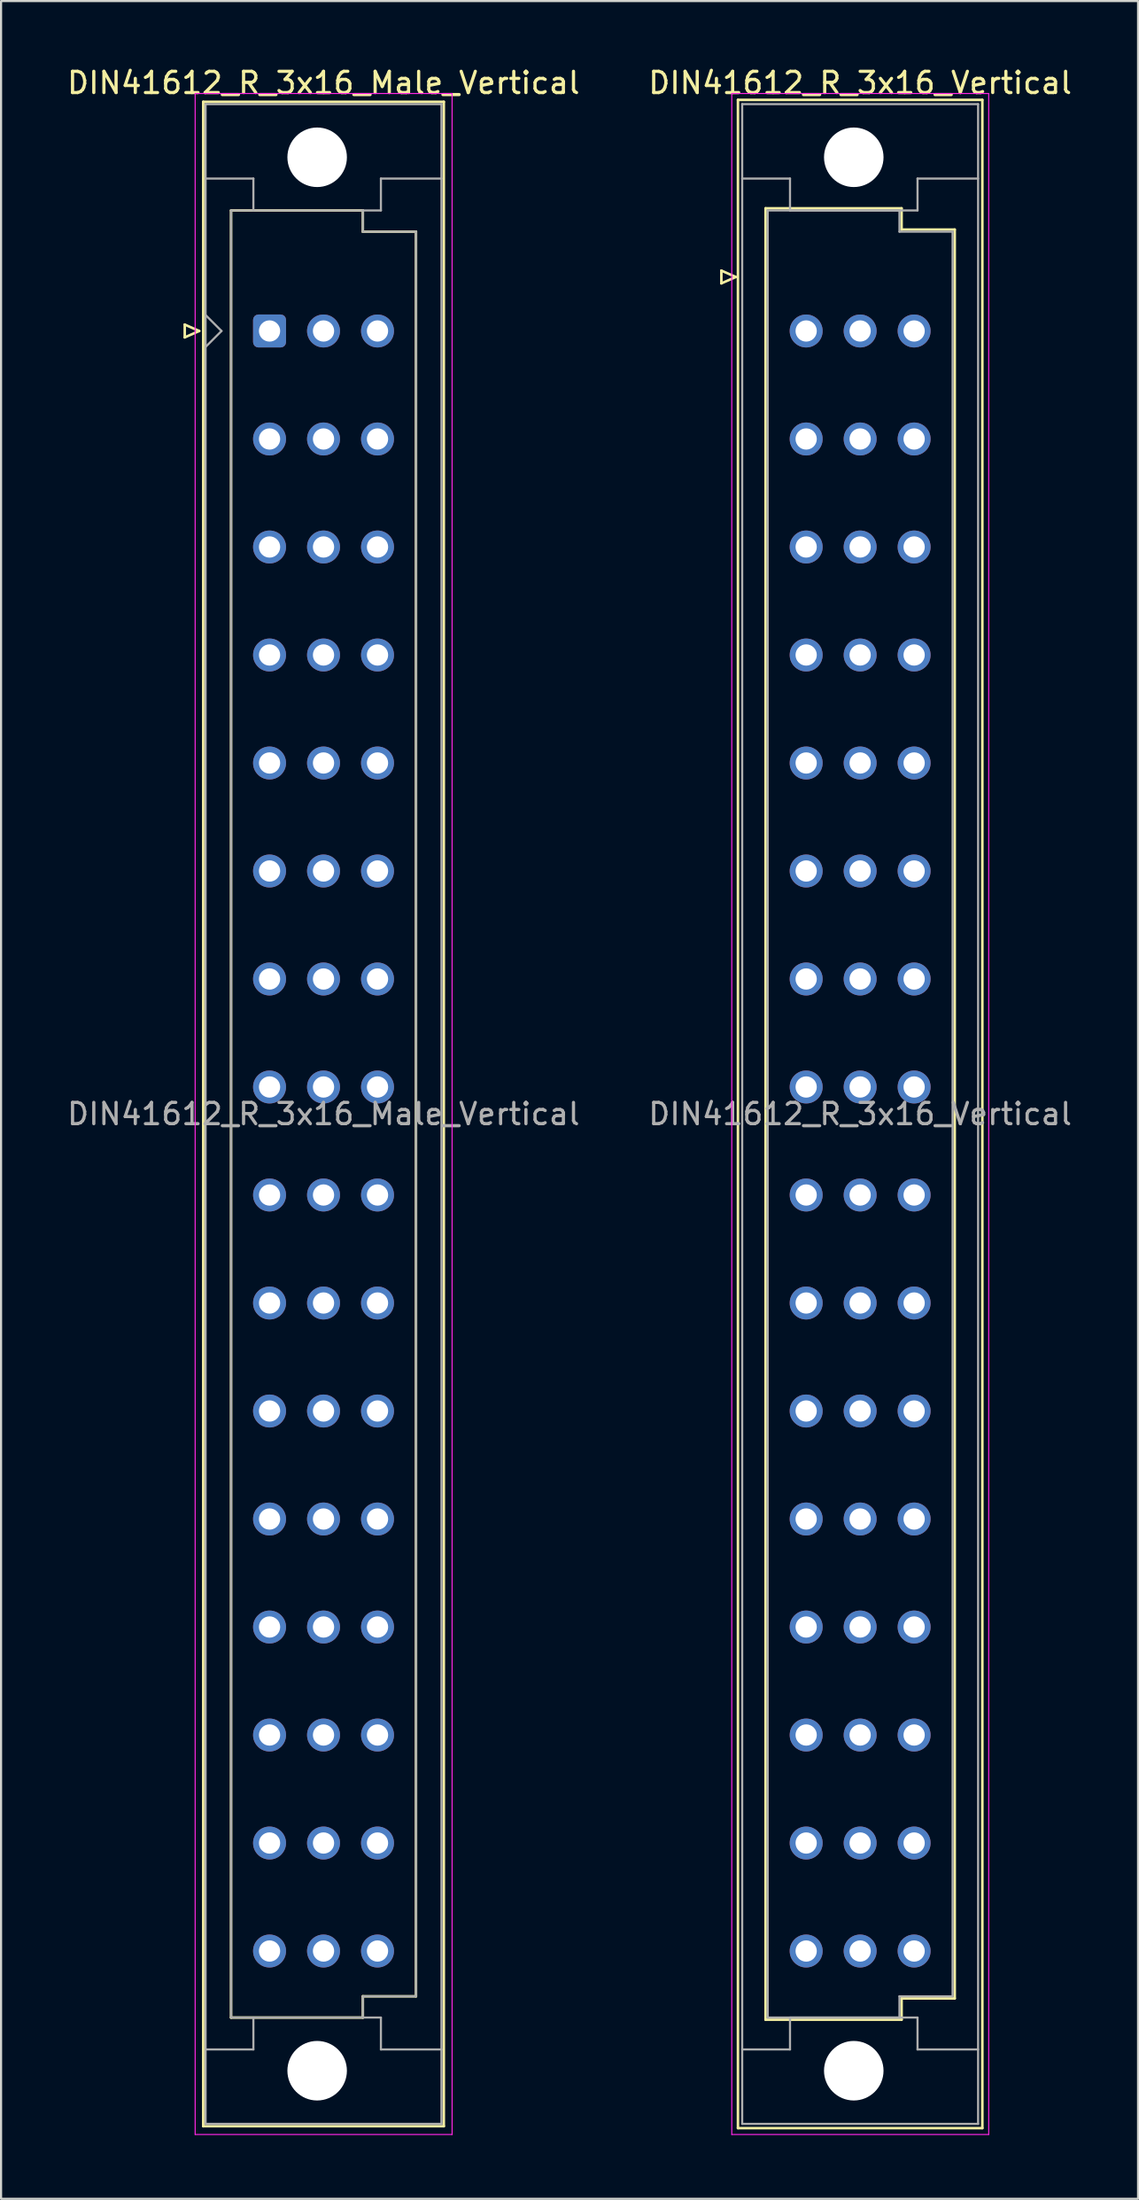
<source format=kicad_pcb>
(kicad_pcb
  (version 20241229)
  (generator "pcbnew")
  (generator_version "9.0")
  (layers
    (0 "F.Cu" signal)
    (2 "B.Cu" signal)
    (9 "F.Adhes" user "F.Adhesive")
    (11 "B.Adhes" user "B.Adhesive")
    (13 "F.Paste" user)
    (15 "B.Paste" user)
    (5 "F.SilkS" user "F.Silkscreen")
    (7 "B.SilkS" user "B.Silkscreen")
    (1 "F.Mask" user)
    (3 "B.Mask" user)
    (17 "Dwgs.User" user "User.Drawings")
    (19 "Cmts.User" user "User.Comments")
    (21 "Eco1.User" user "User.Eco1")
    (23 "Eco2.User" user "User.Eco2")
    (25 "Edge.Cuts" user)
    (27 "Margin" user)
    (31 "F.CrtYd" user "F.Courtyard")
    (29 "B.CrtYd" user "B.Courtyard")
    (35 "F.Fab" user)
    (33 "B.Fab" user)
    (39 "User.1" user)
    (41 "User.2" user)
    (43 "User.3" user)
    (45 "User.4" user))
  (footprint "DIN41612_R_3x16_Vertical"
    (layer "F.Cu")
    (at 34.883 9.978)
    (property "Reference" "DIN41612_R_3x16_Vertical" (at 2.54 -9.13 0) (layer "F.SilkS") (effects (font (size 1 1) (thickness 0.15))))
    (attr through_hole)
    (fp_line (start -3.99 -0.3) (end -3.99 0.3) (stroke (width 0.12) (type solid)) (layer "F.SilkS"))
    (fp_line (start -3.99 0.3) (end -3.31 0) (stroke (width 0.12) (type solid)) (layer "F.SilkS"))
    (fp_line (start -3.31 0) (end -3.99 -0.3) (stroke (width 0.12) (type solid)) (layer "F.SilkS"))
    (fp_line (start -3.21 -8.33) (end 8.29 -8.33) (stroke (width 0.12) (type solid)) (layer "F.SilkS"))
    (fp_line (start -3.21 87.07) (end -3.21 -8.33) (stroke (width 0.12) (type solid)) (layer "F.SilkS"))
    (fp_line (start -1.91 -3.23) (end 4.49 -3.23) (stroke (width 0.12) (type solid)) (layer "F.SilkS"))
    (fp_line (start -1.91 81.97) (end -1.91 -3.23) (stroke (width 0.12) (type solid)) (layer "F.SilkS"))
    (fp_line (start 4.49 -3.23) (end 4.49 -2.23) (stroke (width 0.12) (type solid)) (layer "F.SilkS"))
    (fp_line (start 4.49 -2.23) (end 6.99 -2.23) (stroke (width 0.12) (type solid)) (layer "F.SilkS"))
    (fp_line (start 4.49 80.97) (end 4.49 81.97) (stroke (width 0.12) (type solid)) (layer "F.SilkS"))
    (fp_line (start 4.49 81.97) (end -1.91 81.97) (stroke (width 0.12) (type solid)) (layer "F.SilkS"))
    (fp_line (start 6.99 -2.23) (end 6.99 80.97) (stroke (width 0.12) (type solid)) (layer "F.SilkS"))
    (fp_line (start 6.99 80.97) (end 4.49 80.97) (stroke (width 0.12) (type solid)) (layer "F.SilkS"))
    (fp_line (start 8.29 -8.33) (end 8.29 87.07) (stroke (width 0.12) (type solid)) (layer "F.SilkS"))
    (fp_line (start 8.29 87.07) (end -3.21 87.07) (stroke (width 0.12) (type solid)) (layer "F.SilkS"))
    (fp_line (start -3.5 -8.63) (end 8.59 -8.63) (stroke (width 0.05) (type solid)) (layer "F.CrtYd"))
    (fp_line (start -3.5 87.37) (end -3.5 -8.63) (stroke (width 0.05) (type solid)) (layer "F.CrtYd"))
    (fp_line (start 8.59 -8.63) (end 8.59 87.37) (stroke (width 0.05) (type solid)) (layer "F.CrtYd"))
    (fp_line (start 8.59 87.37) (end -3.5 87.37) (stroke (width 0.05) (type solid)) (layer "F.CrtYd"))
    (fp_line (start -3.01 -8.13) (end 8.09 -8.13) (stroke (width 0.1) (type solid)) (layer "F.Fab"))
    (fp_line (start -3.01 -4.63) (end -0.76 -4.63) (stroke (width 0.1) (type solid)) (layer "F.Fab"))
    (fp_line (start -3.01 83.37) (end -0.76 83.37) (stroke (width 0.1) (type solid)) (layer "F.Fab"))
    (fp_line (start -3.01 86.87) (end -3.01 -8.13) (stroke (width 0.1) (type solid)) (layer "F.Fab"))
    (fp_line (start -1.81 -3.13) (end 4.39 -3.13) (stroke (width 0.1) (type solid)) (layer "F.Fab"))
    (fp_line (start -1.81 81.87) (end -1.81 -3.13) (stroke (width 0.1) (type solid)) (layer "F.Fab"))
    (fp_line (start -0.76 -4.63) (end -0.76 -3.13) (stroke (width 0.1) (type solid)) (layer "F.Fab"))
    (fp_line (start -0.76 -3.13) (end 5.24 -3.13) (stroke (width 0.1) (type solid)) (layer "F.Fab"))
    (fp_line (start -0.76 81.87) (end 5.24 81.87) (stroke (width 0.1) (type solid)) (layer "F.Fab"))
    (fp_line (start -0.76 83.37) (end -0.76 81.87) (stroke (width 0.1) (type solid)) (layer "F.Fab"))
    (fp_line (start 4.39 -3.13) (end 4.39 -2.13) (stroke (width 0.1) (type solid)) (layer "F.Fab"))
    (fp_line (start 4.39 -2.13) (end 6.89 -2.13) (stroke (width 0.1) (type solid)) (layer "F.Fab"))
    (fp_line (start 4.39 80.87) (end 4.39 81.87) (stroke (width 0.1) (type solid)) (layer "F.Fab"))
    (fp_line (start 4.39 81.87) (end -1.81 81.87) (stroke (width 0.1) (type solid)) (layer "F.Fab"))
    (fp_line (start 5.24 -4.63) (end 8.09 -4.63) (stroke (width 0.1) (type solid)) (layer "F.Fab"))
    (fp_line (start 5.24 -3.13) (end 5.24 -4.63) (stroke (width 0.1) (type solid)) (layer "F.Fab"))
    (fp_line (start 5.24 81.87) (end 5.24 83.37) (stroke (width 0.1) (type solid)) (layer "F.Fab"))
    (fp_line (start 5.24 83.37) (end 8.09 83.37) (stroke (width 0.1) (type solid)) (layer "F.Fab"))
    (fp_line (start 6.89 -2.13) (end 6.89 80.87) (stroke (width 0.1) (type solid)) (layer "F.Fab"))
    (fp_line (start 6.89 80.87) (end 4.39 80.87) (stroke (width 0.1) (type solid)) (layer "F.Fab"))
    (fp_line (start 8.09 -8.13) (end 8.09 86.87) (stroke (width 0.1) (type solid)) (layer "F.Fab"))
    (fp_line (start 8.09 86.87) (end -3.01 86.87) (stroke (width 0.1) (type solid)) (layer "F.Fab"))
    (fp_text user "${REFERENCE}" (at 2.54 39.37 0) (layer "F.Fab") (effects (font (size 1 1) (thickness 0.15))))
    (pad "" np_thru_hole circle (at 2.24 -5.63) (size 2.8 2.8) (drill 2.8) (layers "*.Cu" "*.Mask"))
    (pad "" np_thru_hole circle (at 2.24 84.37) (size 2.8 2.8) (drill 2.8) (layers "*.Cu" "*.Mask"))
    (pad "a2" thru_hole circle (at 0 2.54) (size 1.55 1.55) (drill 1) (layers "*.Cu" "*.Mask"))
    (pad "a4" thru_hole circle (at 0 7.62) (size 1.55 1.55) (drill 1) (layers "*.Cu" "*.Mask"))
    (pad "a6" thru_hole circle (at 0 12.7) (size 1.55 1.55) (drill 1) (layers "*.Cu" "*.Mask"))
    (pad "a8" thru_hole circle (at 0 17.78) (size 1.55 1.55) (drill 1) (layers "*.Cu" "*.Mask"))
    (pad "a10" thru_hole circle (at 0 22.86) (size 1.55 1.55) (drill 1) (layers "*.Cu" "*.Mask"))
    (pad "a12" thru_hole circle (at 0 27.94) (size 1.55 1.55) (drill 1) (layers "*.Cu" "*.Mask"))
    (pad "a14" thru_hole circle (at 0 33.02) (size 1.55 1.55) (drill 1) (layers "*.Cu" "*.Mask"))
    (pad "a16" thru_hole circle (at 0 38.1) (size 1.55 1.55) (drill 1) (layers "*.Cu" "*.Mask"))
    (pad "a18" thru_hole circle (at 0 43.18) (size 1.55 1.55) (drill 1) (layers "*.Cu" "*.Mask"))
    (pad "a20" thru_hole circle (at 0 48.26) (size 1.55 1.55) (drill 1) (layers "*.Cu" "*.Mask"))
    (pad "a22" thru_hole circle (at 0 53.34) (size 1.55 1.55) (drill 1) (layers "*.Cu" "*.Mask"))
    (pad "a24" thru_hole circle (at 0 58.42) (size 1.55 1.55) (drill 1) (layers "*.Cu" "*.Mask"))
    (pad "a26" thru_hole circle (at 0 63.5) (size 1.55 1.55) (drill 1) (layers "*.Cu" "*.Mask"))
    (pad "a28" thru_hole circle (at 0 68.58) (size 1.55 1.55) (drill 1) (layers "*.Cu" "*.Mask"))
    (pad "a30" thru_hole circle (at 0 73.66) (size 1.55 1.55) (drill 1) (layers "*.Cu" "*.Mask"))
    (pad "a32" thru_hole circle (at 0 78.74) (size 1.55 1.55) (drill 1) (layers "*.Cu" "*.Mask"))
    (pad "b2" thru_hole circle (at 2.54 2.54) (size 1.55 1.55) (drill 1) (layers "*.Cu" "*.Mask"))
    (pad "b4" thru_hole circle (at 2.54 7.62) (size 1.55 1.55) (drill 1) (layers "*.Cu" "*.Mask"))
    (pad "b6" thru_hole circle (at 2.54 12.7) (size 1.55 1.55) (drill 1) (layers "*.Cu" "*.Mask"))
    (pad "b8" thru_hole circle (at 2.54 17.78) (size 1.55 1.55) (drill 1) (layers "*.Cu" "*.Mask"))
    (pad "b10" thru_hole circle (at 2.54 22.86) (size 1.55 1.55) (drill 1) (layers "*.Cu" "*.Mask"))
    (pad "b12" thru_hole circle (at 2.54 27.94) (size 1.55 1.55) (drill 1) (layers "*.Cu" "*.Mask"))
    (pad "b14" thru_hole circle (at 2.54 33.02) (size 1.55 1.55) (drill 1) (layers "*.Cu" "*.Mask"))
    (pad "b16" thru_hole circle (at 2.54 38.1) (size 1.55 1.55) (drill 1) (layers "*.Cu" "*.Mask"))
    (pad "b18" thru_hole circle (at 2.54 43.18) (size 1.55 1.55) (drill 1) (layers "*.Cu" "*.Mask"))
    (pad "b20" thru_hole circle (at 2.54 48.26) (size 1.55 1.55) (drill 1) (layers "*.Cu" "*.Mask"))
    (pad "b22" thru_hole circle (at 2.54 53.34) (size 1.55 1.55) (drill 1) (layers "*.Cu" "*.Mask"))
    (pad "b24" thru_hole circle (at 2.54 58.42) (size 1.55 1.55) (drill 1) (layers "*.Cu" "*.Mask"))
    (pad "b26" thru_hole circle (at 2.54 63.5) (size 1.55 1.55) (drill 1) (layers "*.Cu" "*.Mask"))
    (pad "b28" thru_hole circle (at 2.54 68.58) (size 1.55 1.55) (drill 1) (layers "*.Cu" "*.Mask"))
    (pad "b30" thru_hole circle (at 2.54 73.66) (size 1.55 1.55) (drill 1) (layers "*.Cu" "*.Mask"))
    (pad "b32" thru_hole circle (at 2.54 78.74) (size 1.55 1.55) (drill 1) (layers "*.Cu" "*.Mask"))
    (pad "c2" thru_hole circle (at 5.08 2.54) (size 1.55 1.55) (drill 1) (layers "*.Cu" "*.Mask"))
    (pad "c4" thru_hole circle (at 5.08 7.62) (size 1.55 1.55) (drill 1) (layers "*.Cu" "*.Mask"))
    (pad "c6" thru_hole circle (at 5.08 12.7) (size 1.55 1.55) (drill 1) (layers "*.Cu" "*.Mask"))
    (pad "c8" thru_hole circle (at 5.08 17.78) (size 1.55 1.55) (drill 1) (layers "*.Cu" "*.Mask"))
    (pad "c10" thru_hole circle (at 5.08 22.86) (size 1.55 1.55) (drill 1) (layers "*.Cu" "*.Mask"))
    (pad "c12" thru_hole circle (at 5.08 27.94) (size 1.55 1.55) (drill 1) (layers "*.Cu" "*.Mask"))
    (pad "c14" thru_hole circle (at 5.08 33.02) (size 1.55 1.55) (drill 1) (layers "*.Cu" "*.Mask"))
    (pad "c16" thru_hole circle (at 5.08 38.1) (size 1.55 1.55) (drill 1) (layers "*.Cu" "*.Mask"))
    (pad "c18" thru_hole circle (at 5.08 43.18) (size 1.55 1.55) (drill 1) (layers "*.Cu" "*.Mask"))
    (pad "c20" thru_hole circle (at 5.08 48.26) (size 1.55 1.55) (drill 1) (layers "*.Cu" "*.Mask"))
    (pad "c22" thru_hole circle (at 5.08 53.34) (size 1.55 1.55) (drill 1) (layers "*.Cu" "*.Mask"))
    (pad "c24" thru_hole circle (at 5.08 58.42) (size 1.55 1.55) (drill 1) (layers "*.Cu" "*.Mask"))
    (pad "c26" thru_hole circle (at 5.08 63.5) (size 1.55 1.55) (drill 1) (layers "*.Cu" "*.Mask"))
    (pad "c28" thru_hole circle (at 5.08 68.58) (size 1.55 1.55) (drill 1) (layers "*.Cu" "*.Mask"))
    (pad "c30" thru_hole circle (at 5.08 73.66) (size 1.55 1.55) (drill 1) (layers "*.Cu" "*.Mask"))
    (pad "c32" thru_hole circle (at 5.08 78.74) (size 1.55 1.55) (drill 1) (layers "*.Cu" "*.Mask")))
  (footprint "DIN41612_R_3x16_Male_Vertical"
    (layer "F.Cu")
    (at 9.633 9.978)
    (property "Reference" "DIN41612_R_3x16_Male_Vertical" (at 2.54 -9.13 0) (layer "F.SilkS") (effects (font (size 1 1) (thickness 0.15))))
    (attr through_hole)
    (fp_line (start -3.99 2.24) (end -3.99 2.84) (stroke (width 0.12) (type solid)) (layer "F.SilkS"))
    (fp_line (start -3.99 2.84) (end -3.31 2.54) (stroke (width 0.12) (type solid)) (layer "F.SilkS"))
    (fp_line (start -3.31 2.54) (end -3.99 2.24) (stroke (width 0.12) (type solid)) (layer "F.SilkS"))
    (fp_line (start -3.12 -8.24) (end 8.2 -8.24) (stroke (width 0.12) (type solid)) (layer "F.SilkS"))
    (fp_line (start -3.12 86.98) (end -3.12 -8.24) (stroke (width 0.12) (type solid)) (layer "F.SilkS"))
    (fp_line (start -1.81 -3.13) (end 4.39 -3.13) (stroke (width 0.12) (type solid)) (layer "F.SilkS"))
    (fp_line (start -1.81 81.87) (end -1.81 -3.13) (stroke (width 0.12) (type solid)) (layer "F.SilkS"))
    (fp_line (start 4.39 -3.13) (end 4.39 -2.13) (stroke (width 0.12) (type solid)) (layer "F.SilkS"))
    (fp_line (start 4.39 -2.13) (end 6.89 -2.13) (stroke (width 0.12) (type solid)) (layer "F.SilkS"))
    (fp_line (start 4.39 80.87) (end 4.39 81.87) (stroke (width 0.12) (type solid)) (layer "F.SilkS"))
    (fp_line (start 4.39 81.87) (end -1.81 81.87) (stroke (width 0.12) (type solid)) (layer "F.SilkS"))
    (fp_line (start 6.89 -2.13) (end 6.89 80.87) (stroke (width 0.12) (type solid)) (layer "F.SilkS"))
    (fp_line (start 6.89 80.87) (end 4.39 80.87) (stroke (width 0.12) (type solid)) (layer "F.SilkS"))
    (fp_line (start 8.2 -8.24) (end 8.2 86.98) (stroke (width 0.12) (type solid)) (layer "F.SilkS"))
    (fp_line (start 8.2 86.98) (end -3.12 86.98) (stroke (width 0.12) (type solid)) (layer "F.SilkS"))
    (fp_line (start -3.5 -8.63) (end 8.59 -8.63) (stroke (width 0.05) (type solid)) (layer "F.CrtYd"))
    (fp_line (start -3.5 87.37) (end -3.5 -8.63) (stroke (width 0.05) (type solid)) (layer "F.CrtYd"))
    (fp_line (start 8.59 -8.63) (end 8.59 87.37) (stroke (width 0.05) (type solid)) (layer "F.CrtYd"))
    (fp_line (start 8.59 87.37) (end -3.5 87.37) (stroke (width 0.05) (type solid)) (layer "F.CrtYd"))
    (fp_line (start -3.01 -8.13) (end 8.09 -8.13) (stroke (width 0.1) (type solid)) (layer "F.Fab"))
    (fp_line (start -3.01 -4.63) (end -0.76 -4.63) (stroke (width 0.1) (type solid)) (layer "F.Fab"))
    (fp_line (start -3.01 1.79) (end -2.26 2.54) (stroke (width 0.1) (type solid)) (layer "F.Fab"))
    (fp_line (start -3.01 83.37) (end -0.76 83.37) (stroke (width 0.1) (type solid)) (layer "F.Fab"))
    (fp_line (start -3.01 86.87) (end -3.01 -8.13) (stroke (width 0.1) (type solid)) (layer "F.Fab"))
    (fp_line (start -2.26 2.54) (end -3.01 3.29) (stroke (width 0.1) (type solid)) (layer "F.Fab"))
    (fp_line (start -1.81 -3.13) (end 4.39 -3.13) (stroke (width 0.1) (type solid)) (layer "F.Fab"))
    (fp_line (start -1.81 81.87) (end -1.81 -3.13) (stroke (width 0.1) (type solid)) (layer "F.Fab"))
    (fp_line (start -0.76 -4.63) (end -0.76 -3.13) (stroke (width 0.1) (type solid)) (layer "F.Fab"))
    (fp_line (start -0.76 83.37) (end -0.76 81.87) (stroke (width 0.1) (type solid)) (layer "F.Fab"))
    (fp_line (start 4.39 -3.13) (end 4.39 -2.13) (stroke (width 0.1) (type solid)) (layer "F.Fab"))
    (fp_line (start 4.39 -3.13) (end 5.24 -3.13) (stroke (width 0.1) (type solid)) (layer "F.Fab"))
    (fp_line (start 4.39 -2.13) (end 6.89 -2.13) (stroke (width 0.1) (type solid)) (layer "F.Fab"))
    (fp_line (start 4.39 80.87) (end 4.39 81.87) (stroke (width 0.1) (type solid)) (layer "F.Fab"))
    (fp_line (start 4.39 81.87) (end -1.81 81.87) (stroke (width 0.1) (type solid)) (layer "F.Fab"))
    (fp_line (start 4.39 81.87) (end 5.24 81.87) (stroke (width 0.1) (type solid)) (layer "F.Fab"))
    (fp_line (start 5.24 -4.63) (end 8.09 -4.63) (stroke (width 0.1) (type solid)) (layer "F.Fab"))
    (fp_line (start 5.24 -3.13) (end 5.24 -4.63) (stroke (width 0.1) (type solid)) (layer "F.Fab"))
    (fp_line (start 5.24 81.87) (end 5.24 83.37) (stroke (width 0.1) (type solid)) (layer "F.Fab"))
    (fp_line (start 5.24 83.37) (end 8.09 83.37) (stroke (width 0.1) (type solid)) (layer "F.Fab"))
    (fp_line (start 6.89 -2.13) (end 6.89 80.87) (stroke (width 0.1) (type solid)) (layer "F.Fab"))
    (fp_line (start 6.89 80.87) (end 4.39 80.87) (stroke (width 0.1) (type solid)) (layer "F.Fab"))
    (fp_line (start 8.09 -8.13) (end 8.09 86.87) (stroke (width 0.1) (type solid)) (layer "F.Fab"))
    (fp_line (start 8.09 86.87) (end -3.01 86.87) (stroke (width 0.1) (type solid)) (layer "F.Fab"))
    (fp_text user "${REFERENCE}" (at 2.54 39.37 0) (layer "F.Fab") (effects (font (size 1 1) (thickness 0.15))))
    (pad "" np_thru_hole circle (at 2.24 -5.63) (size 2.8 2.8) (drill 2.8) (layers "*.Cu" "*.Mask"))
    (pad "" np_thru_hole circle (at 2.24 84.37) (size 2.8 2.8) (drill 2.8) (layers "*.Cu" "*.Mask"))
    (pad "a2" thru_hole roundrect (at 0 2.54) (size 1.55 1.55) (drill 1) (layers "*.Cu" "*.Mask") (roundrect_rratio 0.161))
    (pad "a4" thru_hole circle (at 0 7.62) (size 1.55 1.55) (drill 1) (layers "*.Cu" "*.Mask"))
    (pad "a6" thru_hole circle (at 0 12.7) (size 1.55 1.55) (drill 1) (layers "*.Cu" "*.Mask"))
    (pad "a8" thru_hole circle (at 0 17.78) (size 1.55 1.55) (drill 1) (layers "*.Cu" "*.Mask"))
    (pad "a10" thru_hole circle (at 0 22.86) (size 1.55 1.55) (drill 1) (layers "*.Cu" "*.Mask"))
    (pad "a12" thru_hole circle (at 0 27.94) (size 1.55 1.55) (drill 1) (layers "*.Cu" "*.Mask"))
    (pad "a14" thru_hole circle (at 0 33.02) (size 1.55 1.55) (drill 1) (layers "*.Cu" "*.Mask"))
    (pad "a16" thru_hole circle (at 0 38.1) (size 1.55 1.55) (drill 1) (layers "*.Cu" "*.Mask"))
    (pad "a18" thru_hole circle (at 0 43.18) (size 1.55 1.55) (drill 1) (layers "*.Cu" "*.Mask"))
    (pad "a20" thru_hole circle (at 0 48.26) (size 1.55 1.55) (drill 1) (layers "*.Cu" "*.Mask"))
    (pad "a22" thru_hole circle (at 0 53.34) (size 1.55 1.55) (drill 1) (layers "*.Cu" "*.Mask"))
    (pad "a24" thru_hole circle (at 0 58.42) (size 1.55 1.55) (drill 1) (layers "*.Cu" "*.Mask"))
    (pad "a26" thru_hole circle (at 0 63.5) (size 1.55 1.55) (drill 1) (layers "*.Cu" "*.Mask"))
    (pad "a28" thru_hole circle (at 0 68.58) (size 1.55 1.55) (drill 1) (layers "*.Cu" "*.Mask"))
    (pad "a30" thru_hole circle (at 0 73.66) (size 1.55 1.55) (drill 1) (layers "*.Cu" "*.Mask"))
    (pad "a32" thru_hole circle (at 0 78.74) (size 1.55 1.55) (drill 1) (layers "*.Cu" "*.Mask"))
    (pad "b2" thru_hole circle (at 2.54 2.54) (size 1.55 1.55) (drill 1) (layers "*.Cu" "*.Mask"))
    (pad "b4" thru_hole circle (at 2.54 7.62) (size 1.55 1.55) (drill 1) (layers "*.Cu" "*.Mask"))
    (pad "b6" thru_hole circle (at 2.54 12.7) (size 1.55 1.55) (drill 1) (layers "*.Cu" "*.Mask"))
    (pad "b8" thru_hole circle (at 2.54 17.78) (size 1.55 1.55) (drill 1) (layers "*.Cu" "*.Mask"))
    (pad "b10" thru_hole circle (at 2.54 22.86) (size 1.55 1.55) (drill 1) (layers "*.Cu" "*.Mask"))
    (pad "b12" thru_hole circle (at 2.54 27.94) (size 1.55 1.55) (drill 1) (layers "*.Cu" "*.Mask"))
    (pad "b14" thru_hole circle (at 2.54 33.02) (size 1.55 1.55) (drill 1) (layers "*.Cu" "*.Mask"))
    (pad "b16" thru_hole circle (at 2.54 38.1) (size 1.55 1.55) (drill 1) (layers "*.Cu" "*.Mask"))
    (pad "b18" thru_hole circle (at 2.54 43.18) (size 1.55 1.55) (drill 1) (layers "*.Cu" "*.Mask"))
    (pad "b20" thru_hole circle (at 2.54 48.26) (size 1.55 1.55) (drill 1) (layers "*.Cu" "*.Mask"))
    (pad "b22" thru_hole circle (at 2.54 53.34) (size 1.55 1.55) (drill 1) (layers "*.Cu" "*.Mask"))
    (pad "b24" thru_hole circle (at 2.54 58.42) (size 1.55 1.55) (drill 1) (layers "*.Cu" "*.Mask"))
    (pad "b26" thru_hole circle (at 2.54 63.5) (size 1.55 1.55) (drill 1) (layers "*.Cu" "*.Mask"))
    (pad "b28" thru_hole circle (at 2.54 68.58) (size 1.55 1.55) (drill 1) (layers "*.Cu" "*.Mask"))
    (pad "b30" thru_hole circle (at 2.54 73.66) (size 1.55 1.55) (drill 1) (layers "*.Cu" "*.Mask"))
    (pad "b32" thru_hole circle (at 2.54 78.74) (size 1.55 1.55) (drill 1) (layers "*.Cu" "*.Mask"))
    (pad "c2" thru_hole circle (at 5.08 2.54) (size 1.55 1.55) (drill 1) (layers "*.Cu" "*.Mask"))
    (pad "c4" thru_hole circle (at 5.08 7.62) (size 1.55 1.55) (drill 1) (layers "*.Cu" "*.Mask"))
    (pad "c6" thru_hole circle (at 5.08 12.7) (size 1.55 1.55) (drill 1) (layers "*.Cu" "*.Mask"))
    (pad "c8" thru_hole circle (at 5.08 17.78) (size 1.55 1.55) (drill 1) (layers "*.Cu" "*.Mask"))
    (pad "c10" thru_hole circle (at 5.08 22.86) (size 1.55 1.55) (drill 1) (layers "*.Cu" "*.Mask"))
    (pad "c12" thru_hole circle (at 5.08 27.94) (size 1.55 1.55) (drill 1) (layers "*.Cu" "*.Mask"))
    (pad "c14" thru_hole circle (at 5.08 33.02) (size 1.55 1.55) (drill 1) (layers "*.Cu" "*.Mask"))
    (pad "c16" thru_hole circle (at 5.08 38.1) (size 1.55 1.55) (drill 1) (layers "*.Cu" "*.Mask"))
    (pad "c18" thru_hole circle (at 5.08 43.18) (size 1.55 1.55) (drill 1) (layers "*.Cu" "*.Mask"))
    (pad "c20" thru_hole circle (at 5.08 48.26) (size 1.55 1.55) (drill 1) (layers "*.Cu" "*.Mask"))
    (pad "c22" thru_hole circle (at 5.08 53.34) (size 1.55 1.55) (drill 1) (layers "*.Cu" "*.Mask"))
    (pad "c24" thru_hole circle (at 5.08 58.42) (size 1.55 1.55) (drill 1) (layers "*.Cu" "*.Mask"))
    (pad "c26" thru_hole circle (at 5.08 63.5) (size 1.55 1.55) (drill 1) (layers "*.Cu" "*.Mask"))
    (pad "c28" thru_hole circle (at 5.08 68.58) (size 1.55 1.55) (drill 1) (layers "*.Cu" "*.Mask"))
    (pad "c30" thru_hole circle (at 5.08 73.66) (size 1.55 1.55) (drill 1) (layers "*.Cu" "*.Mask"))
    (pad "c32" thru_hole circle (at 5.08 78.74) (size 1.55 1.55) (drill 1) (layers "*.Cu" "*.Mask")))
  (gr_rect
    (start -3 -3)
    (end 50.5 100.373)
    (stroke (width 0.1) (type default))
    (fill no)
    (layer "Edge.Cuts")))
</source>
